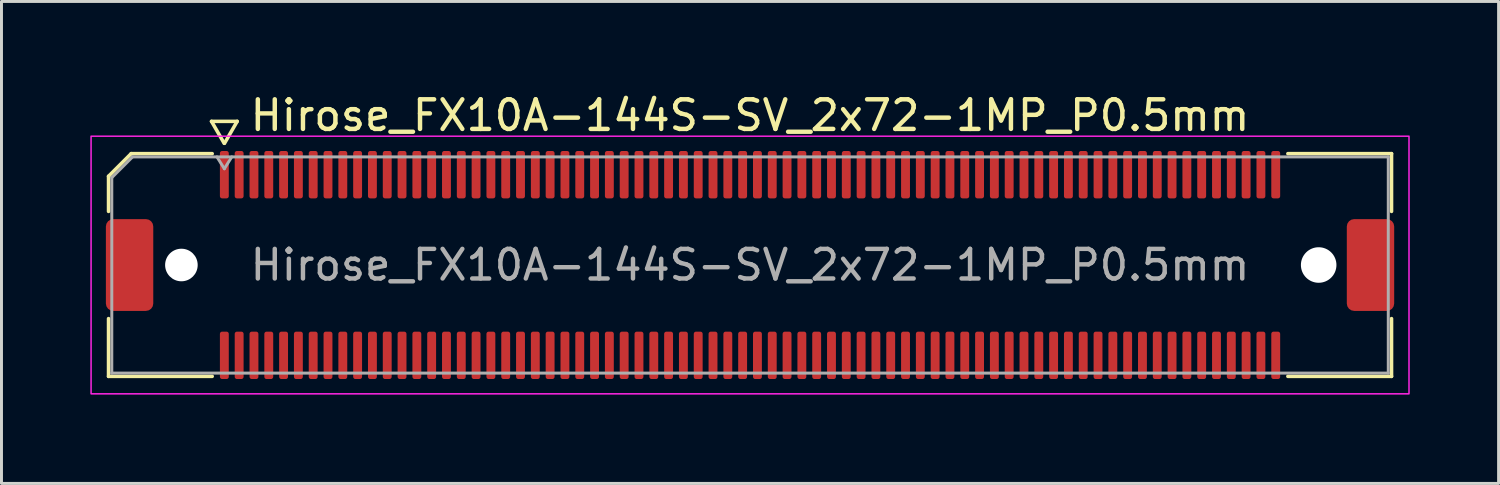
<source format=kicad_pcb>
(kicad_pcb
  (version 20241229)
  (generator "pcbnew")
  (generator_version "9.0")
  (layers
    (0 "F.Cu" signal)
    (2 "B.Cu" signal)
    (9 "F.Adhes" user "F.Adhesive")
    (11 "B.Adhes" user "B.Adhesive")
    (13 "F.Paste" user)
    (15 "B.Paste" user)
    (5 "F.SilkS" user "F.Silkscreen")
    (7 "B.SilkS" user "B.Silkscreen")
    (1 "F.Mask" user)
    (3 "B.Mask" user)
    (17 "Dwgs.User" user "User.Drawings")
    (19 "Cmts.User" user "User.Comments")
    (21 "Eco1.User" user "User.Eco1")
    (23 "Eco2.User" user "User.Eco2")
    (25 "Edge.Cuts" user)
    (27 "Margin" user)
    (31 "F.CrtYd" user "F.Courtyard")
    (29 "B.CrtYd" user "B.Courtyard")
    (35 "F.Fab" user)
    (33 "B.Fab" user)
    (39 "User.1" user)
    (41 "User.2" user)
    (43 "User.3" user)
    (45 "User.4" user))
  (footprint "Hirose_FX10A-144S-SV_2x72-1MP_P0.5mm"
    (layer "F.Cu")
    (at 22.275 5.898)
    (property "Reference" "Hirose_FX10A-144S-SV_2x72-1MP_P0.5mm" (at 0 -5.05 0) (layer "F.SilkS") (effects (font (size 1 1) (thickness 0.15))))
    (attr smd)
    (fp_line (start -21.66 -2.996) (end -20.896 -3.76) (stroke (width 0.12) (type solid)) (layer "F.SilkS"))
    (fp_line (start -21.66 -1.81) (end -21.66 -2.996) (stroke (width 0.12) (type solid)) (layer "F.SilkS"))
    (fp_line (start -21.66 3.76) (end -21.66 1.81) (stroke (width 0.12) (type solid)) (layer "F.SilkS"))
    (fp_line (start -20.896 -3.76) (end -18.16 -3.76) (stroke (width 0.12) (type solid)) (layer "F.SilkS"))
    (fp_line (start -18.183 -4.85) (end -17.756 -4.11) (stroke (width 0.12) (type solid)) (layer "F.SilkS"))
    (fp_line (start -18.16 3.76) (end -21.66 3.76) (stroke (width 0.12) (type solid)) (layer "F.SilkS"))
    (fp_line (start -17.744 -4.11) (end -17.317 -4.85) (stroke (width 0.12) (type solid)) (layer "F.SilkS"))
    (fp_line (start -17.317 -4.85) (end -18.183 -4.85) (stroke (width 0.12) (type solid)) (layer "F.SilkS"))
    (fp_line (start 18.16 -3.76) (end 21.66 -3.76) (stroke (width 0.12) (type solid)) (layer "F.SilkS"))
    (fp_line (start 21.66 -3.76) (end 21.66 -1.81) (stroke (width 0.12) (type solid)) (layer "F.SilkS"))
    (fp_line (start 21.66 1.81) (end 21.66 3.76) (stroke (width 0.12) (type solid)) (layer "F.SilkS"))
    (fp_line (start 21.66 3.76) (end 18.16 3.76) (stroke (width 0.12) (type solid)) (layer "F.SilkS"))
    (fp_rect (start -22.25 -4.35) (end 22.25 4.35) (stroke (width 0.05) (type solid)) (fill no) (layer "F.CrtYd"))
    (fp_line (start -21.55 -2.95) (end -20.85 -3.65) (stroke (width 0.1) (type solid)) (layer "F.Fab"))
    (fp_line (start -21.55 3.65) (end -21.55 -2.95) (stroke (width 0.1) (type solid)) (layer "F.Fab"))
    (fp_line (start -20.85 -3.65) (end 21.55 -3.65) (stroke (width 0.1) (type solid)) (layer "F.Fab"))
    (fp_line (start -18 -3.65) (end -17.75 -3.25) (stroke (width 0.1) (type solid)) (layer "F.Fab"))
    (fp_line (start -17.75 -3.25) (end -17.5 -3.65) (stroke (width 0.1) (type solid)) (layer "F.Fab"))
    (fp_line (start 21.55 -3.65) (end 21.55 3.65) (stroke (width 0.1) (type solid)) (layer "F.Fab"))
    (fp_line (start 21.55 3.65) (end -21.55 3.65) (stroke (width 0.1) (type solid)) (layer "F.Fab"))
    (fp_text user "${REFERENCE}" (at 0 0 0) (layer "F.Fab") (effects (font (size 1 1) (thickness 0.15))))
    (pad "" np_thru_hole circle (at -19.2 0) (size 1.1 1.1) (drill 1.1) (layers "*.Cu" "*.Mask"))
    (pad "" np_thru_hole circle (at 19.2 0) (size 1.2 1.2) (drill 1.2) (layers "*.Cu" "*.Mask"))
    (pad "1" smd roundrect (at -17.75 -3.05) (size 0.3 1.6) (layers "F.Cu" "F.Mask" "F.Paste") (roundrect_rratio 0.25))
    (pad "2" smd roundrect (at -17.75 3.05) (size 0.3 1.6) (layers "F.Cu" "F.Mask" "F.Paste") (roundrect_rratio 0.25))
    (pad "3" smd roundrect (at -17.25 -3.05) (size 0.3 1.6) (layers "F.Cu" "F.Mask" "F.Paste") (roundrect_rratio 0.25))
    (pad "4" smd roundrect (at -17.25 3.05) (size 0.3 1.6) (layers "F.Cu" "F.Mask" "F.Paste") (roundrect_rratio 0.25))
    (pad "5" smd roundrect (at -16.75 -3.05) (size 0.3 1.6) (layers "F.Cu" "F.Mask" "F.Paste") (roundrect_rratio 0.25))
    (pad "6" smd roundrect (at -16.75 3.05) (size 0.3 1.6) (layers "F.Cu" "F.Mask" "F.Paste") (roundrect_rratio 0.25))
    (pad "7" smd roundrect (at -16.25 -3.05) (size 0.3 1.6) (layers "F.Cu" "F.Mask" "F.Paste") (roundrect_rratio 0.25))
    (pad "8" smd roundrect (at -16.25 3.05) (size 0.3 1.6) (layers "F.Cu" "F.Mask" "F.Paste") (roundrect_rratio 0.25))
    (pad "9" smd roundrect (at -15.75 -3.05) (size 0.3 1.6) (layers "F.Cu" "F.Mask" "F.Paste") (roundrect_rratio 0.25))
    (pad "10" smd roundrect (at -15.75 3.05) (size 0.3 1.6) (layers "F.Cu" "F.Mask" "F.Paste") (roundrect_rratio 0.25))
    (pad "11" smd roundrect (at -15.25 -3.05) (size 0.3 1.6) (layers "F.Cu" "F.Mask" "F.Paste") (roundrect_rratio 0.25))
    (pad "12" smd roundrect (at -15.25 3.05) (size 0.3 1.6) (layers "F.Cu" "F.Mask" "F.Paste") (roundrect_rratio 0.25))
    (pad "13" smd roundrect (at -14.75 -3.05) (size 0.3 1.6) (layers "F.Cu" "F.Mask" "F.Paste") (roundrect_rratio 0.25))
    (pad "14" smd roundrect (at -14.75 3.05) (size 0.3 1.6) (layers "F.Cu" "F.Mask" "F.Paste") (roundrect_rratio 0.25))
    (pad "15" smd roundrect (at -14.25 -3.05) (size 0.3 1.6) (layers "F.Cu" "F.Mask" "F.Paste") (roundrect_rratio 0.25))
    (pad "16" smd roundrect (at -14.25 3.05) (size 0.3 1.6) (layers "F.Cu" "F.Mask" "F.Paste") (roundrect_rratio 0.25))
    (pad "17" smd roundrect (at -13.75 -3.05) (size 0.3 1.6) (layers "F.Cu" "F.Mask" "F.Paste") (roundrect_rratio 0.25))
    (pad "18" smd roundrect (at -13.75 3.05) (size 0.3 1.6) (layers "F.Cu" "F.Mask" "F.Paste") (roundrect_rratio 0.25))
    (pad "19" smd roundrect (at -13.25 -3.05) (size 0.3 1.6) (layers "F.Cu" "F.Mask" "F.Paste") (roundrect_rratio 0.25))
    (pad "20" smd roundrect (at -13.25 3.05) (size 0.3 1.6) (layers "F.Cu" "F.Mask" "F.Paste") (roundrect_rratio 0.25))
    (pad "21" smd roundrect (at -12.75 -3.05) (size 0.3 1.6) (layers "F.Cu" "F.Mask" "F.Paste") (roundrect_rratio 0.25))
    (pad "22" smd roundrect (at -12.75 3.05) (size 0.3 1.6) (layers "F.Cu" "F.Mask" "F.Paste") (roundrect_rratio 0.25))
    (pad "23" smd roundrect (at -12.25 -3.05) (size 0.3 1.6) (layers "F.Cu" "F.Mask" "F.Paste") (roundrect_rratio 0.25))
    (pad "24" smd roundrect (at -12.25 3.05) (size 0.3 1.6) (layers "F.Cu" "F.Mask" "F.Paste") (roundrect_rratio 0.25))
    (pad "25" smd roundrect (at -11.75 -3.05) (size 0.3 1.6) (layers "F.Cu" "F.Mask" "F.Paste") (roundrect_rratio 0.25))
    (pad "26" smd roundrect (at -11.75 3.05) (size 0.3 1.6) (layers "F.Cu" "F.Mask" "F.Paste") (roundrect_rratio 0.25))
    (pad "27" smd roundrect (at -11.25 -3.05) (size 0.3 1.6) (layers "F.Cu" "F.Mask" "F.Paste") (roundrect_rratio 0.25))
    (pad "28" smd roundrect (at -11.25 3.05) (size 0.3 1.6) (layers "F.Cu" "F.Mask" "F.Paste") (roundrect_rratio 0.25))
    (pad "29" smd roundrect (at -10.75 -3.05) (size 0.3 1.6) (layers "F.Cu" "F.Mask" "F.Paste") (roundrect_rratio 0.25))
    (pad "30" smd roundrect (at -10.75 3.05) (size 0.3 1.6) (layers "F.Cu" "F.Mask" "F.Paste") (roundrect_rratio 0.25))
    (pad "31" smd roundrect (at -10.25 -3.05) (size 0.3 1.6) (layers "F.Cu" "F.Mask" "F.Paste") (roundrect_rratio 0.25))
    (pad "32" smd roundrect (at -10.25 3.05) (size 0.3 1.6) (layers "F.Cu" "F.Mask" "F.Paste") (roundrect_rratio 0.25))
    (pad "33" smd roundrect (at -9.75 -3.05) (size 0.3 1.6) (layers "F.Cu" "F.Mask" "F.Paste") (roundrect_rratio 0.25))
    (pad "34" smd roundrect (at -9.75 3.05) (size 0.3 1.6) (layers "F.Cu" "F.Mask" "F.Paste") (roundrect_rratio 0.25))
    (pad "35" smd roundrect (at -9.25 -3.05) (size 0.3 1.6) (layers "F.Cu" "F.Mask" "F.Paste") (roundrect_rratio 0.25))
    (pad "36" smd roundrect (at -9.25 3.05) (size 0.3 1.6) (layers "F.Cu" "F.Mask" "F.Paste") (roundrect_rratio 0.25))
    (pad "37" smd roundrect (at -8.75 -3.05) (size 0.3 1.6) (layers "F.Cu" "F.Mask" "F.Paste") (roundrect_rratio 0.25))
    (pad "38" smd roundrect (at -8.75 3.05) (size 0.3 1.6) (layers "F.Cu" "F.Mask" "F.Paste") (roundrect_rratio 0.25))
    (pad "39" smd roundrect (at -8.25 -3.05) (size 0.3 1.6) (layers "F.Cu" "F.Mask" "F.Paste") (roundrect_rratio 0.25))
    (pad "40" smd roundrect (at -8.25 3.05) (size 0.3 1.6) (layers "F.Cu" "F.Mask" "F.Paste") (roundrect_rratio 0.25))
    (pad "41" smd roundrect (at -7.75 -3.05) (size 0.3 1.6) (layers "F.Cu" "F.Mask" "F.Paste") (roundrect_rratio 0.25))
    (pad "42" smd roundrect (at -7.75 3.05) (size 0.3 1.6) (layers "F.Cu" "F.Mask" "F.Paste") (roundrect_rratio 0.25))
    (pad "43" smd roundrect (at -7.25 -3.05) (size 0.3 1.6) (layers "F.Cu" "F.Mask" "F.Paste") (roundrect_rratio 0.25))
    (pad "44" smd roundrect (at -7.25 3.05) (size 0.3 1.6) (layers "F.Cu" "F.Mask" "F.Paste") (roundrect_rratio 0.25))
    (pad "45" smd roundrect (at -6.75 -3.05) (size 0.3 1.6) (layers "F.Cu" "F.Mask" "F.Paste") (roundrect_rratio 0.25))
    (pad "46" smd roundrect (at -6.75 3.05) (size 0.3 1.6) (layers "F.Cu" "F.Mask" "F.Paste") (roundrect_rratio 0.25))
    (pad "47" smd roundrect (at -6.25 -3.05) (size 0.3 1.6) (layers "F.Cu" "F.Mask" "F.Paste") (roundrect_rratio 0.25))
    (pad "48" smd roundrect (at -6.25 3.05) (size 0.3 1.6) (layers "F.Cu" "F.Mask" "F.Paste") (roundrect_rratio 0.25))
    (pad "49" smd roundrect (at -5.75 -3.05) (size 0.3 1.6) (layers "F.Cu" "F.Mask" "F.Paste") (roundrect_rratio 0.25))
    (pad "50" smd roundrect (at -5.75 3.05) (size 0.3 1.6) (layers "F.Cu" "F.Mask" "F.Paste") (roundrect_rratio 0.25))
    (pad "51" smd roundrect (at -5.25 -3.05) (size 0.3 1.6) (layers "F.Cu" "F.Mask" "F.Paste") (roundrect_rratio 0.25))
    (pad "52" smd roundrect (at -5.25 3.05) (size 0.3 1.6) (layers "F.Cu" "F.Mask" "F.Paste") (roundrect_rratio 0.25))
    (pad "53" smd roundrect (at -4.75 -3.05) (size 0.3 1.6) (layers "F.Cu" "F.Mask" "F.Paste") (roundrect_rratio 0.25))
    (pad "54" smd roundrect (at -4.75 3.05) (size 0.3 1.6) (layers "F.Cu" "F.Mask" "F.Paste") (roundrect_rratio 0.25))
    (pad "55" smd roundrect (at -4.25 -3.05) (size 0.3 1.6) (layers "F.Cu" "F.Mask" "F.Paste") (roundrect_rratio 0.25))
    (pad "56" smd roundrect (at -4.25 3.05) (size 0.3 1.6) (layers "F.Cu" "F.Mask" "F.Paste") (roundrect_rratio 0.25))
    (pad "57" smd roundrect (at -3.75 -3.05) (size 0.3 1.6) (layers "F.Cu" "F.Mask" "F.Paste") (roundrect_rratio 0.25))
    (pad "58" smd roundrect (at -3.75 3.05) (size 0.3 1.6) (layers "F.Cu" "F.Mask" "F.Paste") (roundrect_rratio 0.25))
    (pad "59" smd roundrect (at -3.25 -3.05) (size 0.3 1.6) (layers "F.Cu" "F.Mask" "F.Paste") (roundrect_rratio 0.25))
    (pad "60" smd roundrect (at -3.25 3.05) (size 0.3 1.6) (layers "F.Cu" "F.Mask" "F.Paste") (roundrect_rratio 0.25))
    (pad "61" smd roundrect (at -2.75 -3.05) (size 0.3 1.6) (layers "F.Cu" "F.Mask" "F.Paste") (roundrect_rratio 0.25))
    (pad "62" smd roundrect (at -2.75 3.05) (size 0.3 1.6) (layers "F.Cu" "F.Mask" "F.Paste") (roundrect_rratio 0.25))
    (pad "63" smd roundrect (at -2.25 -3.05) (size 0.3 1.6) (layers "F.Cu" "F.Mask" "F.Paste") (roundrect_rratio 0.25))
    (pad "64" smd roundrect (at -2.25 3.05) (size 0.3 1.6) (layers "F.Cu" "F.Mask" "F.Paste") (roundrect_rratio 0.25))
    (pad "65" smd roundrect (at -1.75 -3.05) (size 0.3 1.6) (layers "F.Cu" "F.Mask" "F.Paste") (roundrect_rratio 0.25))
    (pad "66" smd roundrect (at -1.75 3.05) (size 0.3 1.6) (layers "F.Cu" "F.Mask" "F.Paste") (roundrect_rratio 0.25))
    (pad "67" smd roundrect (at -1.25 -3.05) (size 0.3 1.6) (layers "F.Cu" "F.Mask" "F.Paste") (roundrect_rratio 0.25))
    (pad "68" smd roundrect (at -1.25 3.05) (size 0.3 1.6) (layers "F.Cu" "F.Mask" "F.Paste") (roundrect_rratio 0.25))
    (pad "69" smd roundrect (at -0.75 -3.05) (size 0.3 1.6) (layers "F.Cu" "F.Mask" "F.Paste") (roundrect_rratio 0.25))
    (pad "70" smd roundrect (at -0.75 3.05) (size 0.3 1.6) (layers "F.Cu" "F.Mask" "F.Paste") (roundrect_rratio 0.25))
    (pad "71" smd roundrect (at -0.25 -3.05) (size 0.3 1.6) (layers "F.Cu" "F.Mask" "F.Paste") (roundrect_rratio 0.25))
    (pad "72" smd roundrect (at -0.25 3.05) (size 0.3 1.6) (layers "F.Cu" "F.Mask" "F.Paste") (roundrect_rratio 0.25))
    (pad "73" smd roundrect (at 0.25 -3.05) (size 0.3 1.6) (layers "F.Cu" "F.Mask" "F.Paste") (roundrect_rratio 0.25))
    (pad "74" smd roundrect (at 0.25 3.05) (size 0.3 1.6) (layers "F.Cu" "F.Mask" "F.Paste") (roundrect_rratio 0.25))
    (pad "75" smd roundrect (at 0.75 -3.05) (size 0.3 1.6) (layers "F.Cu" "F.Mask" "F.Paste") (roundrect_rratio 0.25))
    (pad "76" smd roundrect (at 0.75 3.05) (size 0.3 1.6) (layers "F.Cu" "F.Mask" "F.Paste") (roundrect_rratio 0.25))
    (pad "77" smd roundrect (at 1.25 -3.05) (size 0.3 1.6) (layers "F.Cu" "F.Mask" "F.Paste") (roundrect_rratio 0.25))
    (pad "78" smd roundrect (at 1.25 3.05) (size 0.3 1.6) (layers "F.Cu" "F.Mask" "F.Paste") (roundrect_rratio 0.25))
    (pad "79" smd roundrect (at 1.75 -3.05) (size 0.3 1.6) (layers "F.Cu" "F.Mask" "F.Paste") (roundrect_rratio 0.25))
    (pad "80" smd roundrect (at 1.75 3.05) (size 0.3 1.6) (layers "F.Cu" "F.Mask" "F.Paste") (roundrect_rratio 0.25))
    (pad "81" smd roundrect (at 2.25 -3.05) (size 0.3 1.6) (layers "F.Cu" "F.Mask" "F.Paste") (roundrect_rratio 0.25))
    (pad "82" smd roundrect (at 2.25 3.05) (size 0.3 1.6) (layers "F.Cu" "F.Mask" "F.Paste") (roundrect_rratio 0.25))
    (pad "83" smd roundrect (at 2.75 -3.05) (size 0.3 1.6) (layers "F.Cu" "F.Mask" "F.Paste") (roundrect_rratio 0.25))
    (pad "84" smd roundrect (at 2.75 3.05) (size 0.3 1.6) (layers "F.Cu" "F.Mask" "F.Paste") (roundrect_rratio 0.25))
    (pad "85" smd roundrect (at 3.25 -3.05) (size 0.3 1.6) (layers "F.Cu" "F.Mask" "F.Paste") (roundrect_rratio 0.25))
    (pad "86" smd roundrect (at 3.25 3.05) (size 0.3 1.6) (layers "F.Cu" "F.Mask" "F.Paste") (roundrect_rratio 0.25))
    (pad "87" smd roundrect (at 3.75 -3.05) (size 0.3 1.6) (layers "F.Cu" "F.Mask" "F.Paste") (roundrect_rratio 0.25))
    (pad "88" smd roundrect (at 3.75 3.05) (size 0.3 1.6) (layers "F.Cu" "F.Mask" "F.Paste") (roundrect_rratio 0.25))
    (pad "89" smd roundrect (at 4.25 -3.05) (size 0.3 1.6) (layers "F.Cu" "F.Mask" "F.Paste") (roundrect_rratio 0.25))
    (pad "90" smd roundrect (at 4.25 3.05) (size 0.3 1.6) (layers "F.Cu" "F.Mask" "F.Paste") (roundrect_rratio 0.25))
    (pad "91" smd roundrect (at 4.75 -3.05) (size 0.3 1.6) (layers "F.Cu" "F.Mask" "F.Paste") (roundrect_rratio 0.25))
    (pad "92" smd roundrect (at 4.75 3.05) (size 0.3 1.6) (layers "F.Cu" "F.Mask" "F.Paste") (roundrect_rratio 0.25))
    (pad "93" smd roundrect (at 5.25 -3.05) (size 0.3 1.6) (layers "F.Cu" "F.Mask" "F.Paste") (roundrect_rratio 0.25))
    (pad "94" smd roundrect (at 5.25 3.05) (size 0.3 1.6) (layers "F.Cu" "F.Mask" "F.Paste") (roundrect_rratio 0.25))
    (pad "95" smd roundrect (at 5.75 -3.05) (size 0.3 1.6) (layers "F.Cu" "F.Mask" "F.Paste") (roundrect_rratio 0.25))
    (pad "96" smd roundrect (at 5.75 3.05) (size 0.3 1.6) (layers "F.Cu" "F.Mask" "F.Paste") (roundrect_rratio 0.25))
    (pad "97" smd roundrect (at 6.25 -3.05) (size 0.3 1.6) (layers "F.Cu" "F.Mask" "F.Paste") (roundrect_rratio 0.25))
    (pad "98" smd roundrect (at 6.25 3.05) (size 0.3 1.6) (layers "F.Cu" "F.Mask" "F.Paste") (roundrect_rratio 0.25))
    (pad "99" smd roundrect (at 6.75 -3.05) (size 0.3 1.6) (layers "F.Cu" "F.Mask" "F.Paste") (roundrect_rratio 0.25))
    (pad "100" smd roundrect (at 6.75 3.05) (size 0.3 1.6) (layers "F.Cu" "F.Mask" "F.Paste") (roundrect_rratio 0.25))
    (pad "101" smd roundrect (at 7.25 -3.05) (size 0.3 1.6) (layers "F.Cu" "F.Mask" "F.Paste") (roundrect_rratio 0.25))
    (pad "102" smd roundrect (at 7.25 3.05) (size 0.3 1.6) (layers "F.Cu" "F.Mask" "F.Paste") (roundrect_rratio 0.25))
    (pad "103" smd roundrect (at 7.75 -3.05) (size 0.3 1.6) (layers "F.Cu" "F.Mask" "F.Paste") (roundrect_rratio 0.25))
    (pad "104" smd roundrect (at 7.75 3.05) (size 0.3 1.6) (layers "F.Cu" "F.Mask" "F.Paste") (roundrect_rratio 0.25))
    (pad "105" smd roundrect (at 8.25 -3.05) (size 0.3 1.6) (layers "F.Cu" "F.Mask" "F.Paste") (roundrect_rratio 0.25))
    (pad "106" smd roundrect (at 8.25 3.05) (size 0.3 1.6) (layers "F.Cu" "F.Mask" "F.Paste") (roundrect_rratio 0.25))
    (pad "107" smd roundrect (at 8.75 -3.05) (size 0.3 1.6) (layers "F.Cu" "F.Mask" "F.Paste") (roundrect_rratio 0.25))
    (pad "108" smd roundrect (at 8.75 3.05) (size 0.3 1.6) (layers "F.Cu" "F.Mask" "F.Paste") (roundrect_rratio 0.25))
    (pad "109" smd roundrect (at 9.25 -3.05) (size 0.3 1.6) (layers "F.Cu" "F.Mask" "F.Paste") (roundrect_rratio 0.25))
    (pad "110" smd roundrect (at 9.25 3.05) (size 0.3 1.6) (layers "F.Cu" "F.Mask" "F.Paste") (roundrect_rratio 0.25))
    (pad "111" smd roundrect (at 9.75 -3.05) (size 0.3 1.6) (layers "F.Cu" "F.Mask" "F.Paste") (roundrect_rratio 0.25))
    (pad "112" smd roundrect (at 9.75 3.05) (size 0.3 1.6) (layers "F.Cu" "F.Mask" "F.Paste") (roundrect_rratio 0.25))
    (pad "113" smd roundrect (at 10.25 -3.05) (size 0.3 1.6) (layers "F.Cu" "F.Mask" "F.Paste") (roundrect_rratio 0.25))
    (pad "114" smd roundrect (at 10.25 3.05) (size 0.3 1.6) (layers "F.Cu" "F.Mask" "F.Paste") (roundrect_rratio 0.25))
    (pad "115" smd roundrect (at 10.75 -3.05) (size 0.3 1.6) (layers "F.Cu" "F.Mask" "F.Paste") (roundrect_rratio 0.25))
    (pad "116" smd roundrect (at 10.75 3.05) (size 0.3 1.6) (layers "F.Cu" "F.Mask" "F.Paste") (roundrect_rratio 0.25))
    (pad "117" smd roundrect (at 11.25 -3.05) (size 0.3 1.6) (layers "F.Cu" "F.Mask" "F.Paste") (roundrect_rratio 0.25))
    (pad "118" smd roundrect (at 11.25 3.05) (size 0.3 1.6) (layers "F.Cu" "F.Mask" "F.Paste") (roundrect_rratio 0.25))
    (pad "119" smd roundrect (at 11.75 -3.05) (size 0.3 1.6) (layers "F.Cu" "F.Mask" "F.Paste") (roundrect_rratio 0.25))
    (pad "120" smd roundrect (at 11.75 3.05) (size 0.3 1.6) (layers "F.Cu" "F.Mask" "F.Paste") (roundrect_rratio 0.25))
    (pad "121" smd roundrect (at 12.25 -3.05) (size 0.3 1.6) (layers "F.Cu" "F.Mask" "F.Paste") (roundrect_rratio 0.25))
    (pad "122" smd roundrect (at 12.25 3.05) (size 0.3 1.6) (layers "F.Cu" "F.Mask" "F.Paste") (roundrect_rratio 0.25))
    (pad "123" smd roundrect (at 12.75 -3.05) (size 0.3 1.6) (layers "F.Cu" "F.Mask" "F.Paste") (roundrect_rratio 0.25))
    (pad "124" smd roundrect (at 12.75 3.05) (size 0.3 1.6) (layers "F.Cu" "F.Mask" "F.Paste") (roundrect_rratio 0.25))
    (pad "125" smd roundrect (at 13.25 -3.05) (size 0.3 1.6) (layers "F.Cu" "F.Mask" "F.Paste") (roundrect_rratio 0.25))
    (pad "126" smd roundrect (at 13.25 3.05) (size 0.3 1.6) (layers "F.Cu" "F.Mask" "F.Paste") (roundrect_rratio 0.25))
    (pad "127" smd roundrect (at 13.75 -3.05) (size 0.3 1.6) (layers "F.Cu" "F.Mask" "F.Paste") (roundrect_rratio 0.25))
    (pad "128" smd roundrect (at 13.75 3.05) (size 0.3 1.6) (layers "F.Cu" "F.Mask" "F.Paste") (roundrect_rratio 0.25))
    (pad "129" smd roundrect (at 14.25 -3.05) (size 0.3 1.6) (layers "F.Cu" "F.Mask" "F.Paste") (roundrect_rratio 0.25))
    (pad "130" smd roundrect (at 14.25 3.05) (size 0.3 1.6) (layers "F.Cu" "F.Mask" "F.Paste") (roundrect_rratio 0.25))
    (pad "131" smd roundrect (at 14.75 -3.05) (size 0.3 1.6) (layers "F.Cu" "F.Mask" "F.Paste") (roundrect_rratio 0.25))
    (pad "132" smd roundrect (at 14.75 3.05) (size 0.3 1.6) (layers "F.Cu" "F.Mask" "F.Paste") (roundrect_rratio 0.25))
    (pad "133" smd roundrect (at 15.25 -3.05) (size 0.3 1.6) (layers "F.Cu" "F.Mask" "F.Paste") (roundrect_rratio 0.25))
    (pad "134" smd roundrect (at 15.25 3.05) (size 0.3 1.6) (layers "F.Cu" "F.Mask" "F.Paste") (roundrect_rratio 0.25))
    (pad "135" smd roundrect (at 15.75 -3.05) (size 0.3 1.6) (layers "F.Cu" "F.Mask" "F.Paste") (roundrect_rratio 0.25))
    (pad "136" smd roundrect (at 15.75 3.05) (size 0.3 1.6) (layers "F.Cu" "F.Mask" "F.Paste") (roundrect_rratio 0.25))
    (pad "137" smd roundrect (at 16.25 -3.05) (size 0.3 1.6) (layers "F.Cu" "F.Mask" "F.Paste") (roundrect_rratio 0.25))
    (pad "138" smd roundrect (at 16.25 3.05) (size 0.3 1.6) (layers "F.Cu" "F.Mask" "F.Paste") (roundrect_rratio 0.25))
    (pad "139" smd roundrect (at 16.75 -3.05) (size 0.3 1.6) (layers "F.Cu" "F.Mask" "F.Paste") (roundrect_rratio 0.25))
    (pad "140" smd roundrect (at 16.75 3.05) (size 0.3 1.6) (layers "F.Cu" "F.Mask" "F.Paste") (roundrect_rratio 0.25))
    (pad "141" smd roundrect (at 17.25 -3.05) (size 0.3 1.6) (layers "F.Cu" "F.Mask" "F.Paste") (roundrect_rratio 0.25))
    (pad "142" smd roundrect (at 17.25 3.05) (size 0.3 1.6) (layers "F.Cu" "F.Mask" "F.Paste") (roundrect_rratio 0.25))
    (pad "143" smd roundrect (at 17.75 -3.05) (size 0.3 1.6) (layers "F.Cu" "F.Mask" "F.Paste") (roundrect_rratio 0.25))
    (pad "144" smd roundrect (at 17.75 3.05) (size 0.3 1.6) (layers "F.Cu" "F.Mask" "F.Paste") (roundrect_rratio 0.25))
    (pad "MP" smd roundrect (at -20.95 0) (size 1.6 3.1) (layers "F.Cu" "F.Mask" "F.Paste") (roundrect_rratio 0.156))
    (pad "MP" smd roundrect (at 20.95 0) (size 1.6 3.1) (layers "F.Cu" "F.Mask" "F.Paste") (roundrect_rratio 0.156)))
  (gr_rect
    (start -3 -3)
    (end 47.55 13.273)
    (stroke (width 0.1) (type default))
    (fill no)
    (layer "Edge.Cuts")))
</source>
